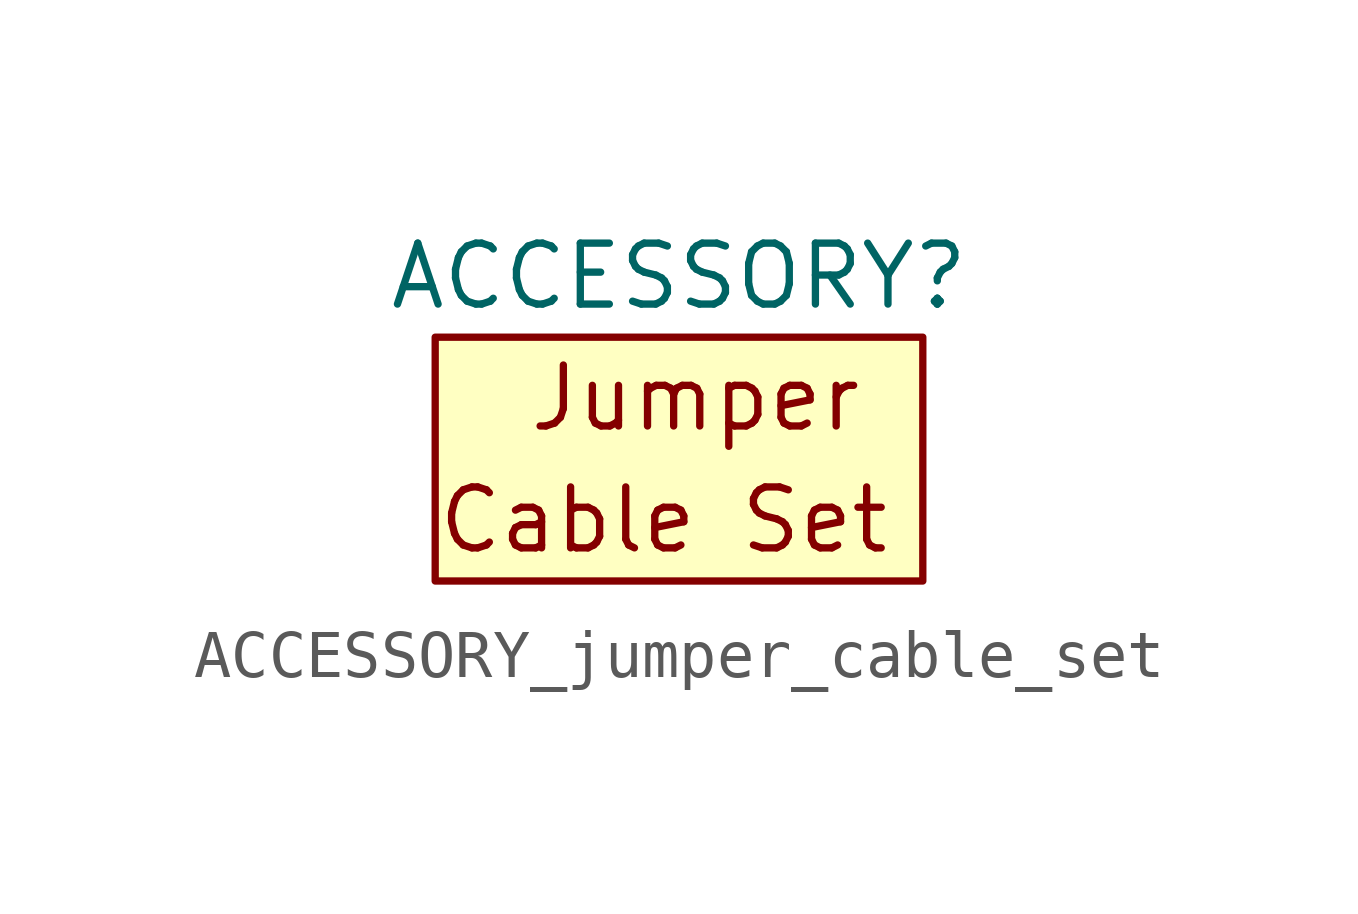
<source format=kicad_sym>
(kicad_symbol_lib
  (version 20211014)
  (generator kicad_symbol_editor)
  (symbol "ACCESSORY_jumper_cable_set"
    (property "Reference" "ACCESSORY"
      (at 0 3.81 0)
      (effects (font (size 1.27 1.27))))
    (symbol "ACCESSORY_jumper_cable_set_0_0"
      (text "Cable Set" (at -5.08 -1.27 0) (effects (font (size 1.27 1.27)) (justify left)))
      (text "Jumper" (at -3.175 1.27 0) (effects (font (size 1.27 1.27)) (justify left))))
    (symbol "ACCESSORY_jumper_cable_set_0_1"
      (rectangle (start -5.08 2.54) (end 5.08 -2.54) (stroke (width 0) (type default) (color 0 0 0 0)) (fill (type background))))))
</source>
